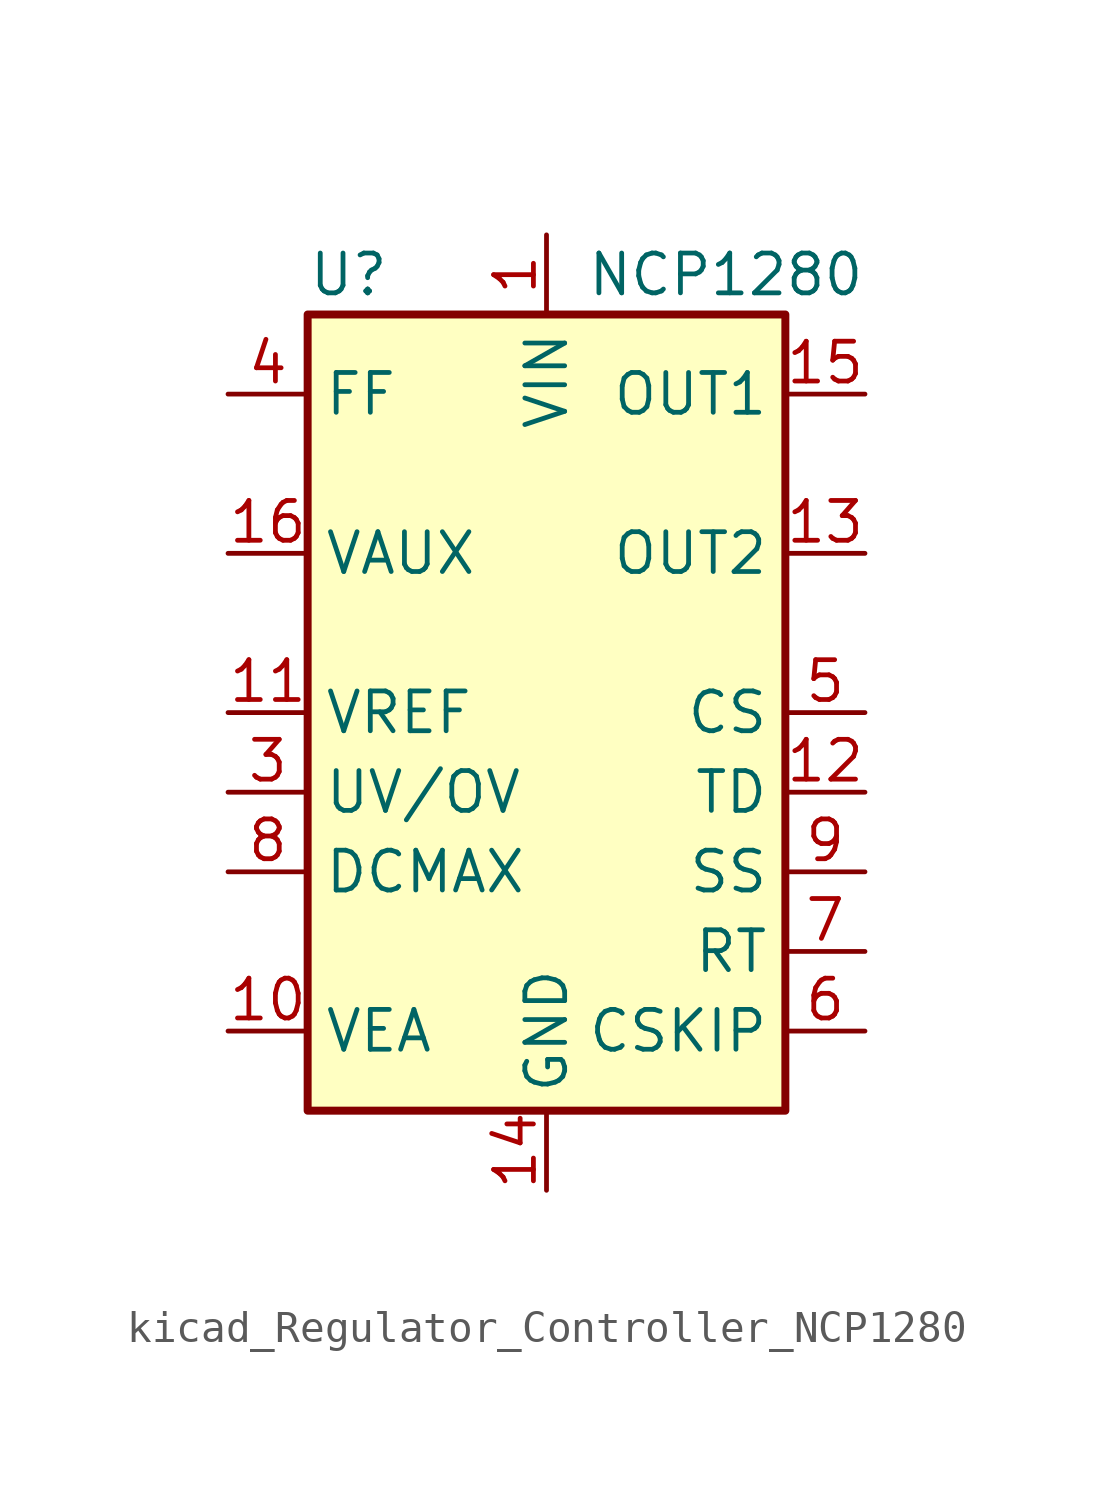
<source format=kicad_sym>
(kicad_symbol_lib
  (version 20220914)
  (generator kicad_symbol_editor)
  (symbol "kicad_Regulator_Controller_NCP1280"
    (property "Reference" "U"
      (at -7.62 13.97 0)
      (effects (font (size 1.27 1.27)) (justify left)))
    (property "Value" "NCP1280"
      (at 1.27 13.97 0)
      (effects (font (size 1.27 1.27)) (justify left)))
    (symbol "kicad_Regulator_Controller_NCP1280_0_0"
      (rectangle (start -7.62 12.7) (end 7.62 -12.7) (stroke (width 0.254) (type default)) (fill (type background))))
    (symbol "kicad_Regulator_Controller_NCP1280_1_1"
      (pin power_in line (at 0 15.24 270) (length 2.54) (name "VIN" (effects (font (size 1.27 1.27)))) (number "1" (effects (font (size 1.27 1.27)))))
      (pin input line (at -10.16 -10.16 0) (length 2.54) (name "VEA" (effects (font (size 1.27 1.27)))) (number "10" (effects (font (size 1.27 1.27)))))
      (pin output line (at -10.16 0 0) (length 2.54) (name "VREF" (effects (font (size 1.27 1.27)))) (number "11" (effects (font (size 1.27 1.27)))))
      (pin passive line (at 10.16 -2.54 180) (length 2.54) (name "TD" (effects (font (size 1.27 1.27)))) (number "12" (effects (font (size 1.27 1.27)))))
      (pin output line (at 10.16 5.08 180) (length 2.54) (name "OUT2" (effects (font (size 1.27 1.27)))) (number "13" (effects (font (size 1.27 1.27)))))
      (pin power_in line (at 0 -15.24 90) (length 2.54) (name "GND" (effects (font (size 1.27 1.27)))) (number "14" (effects (font (size 1.27 1.27)))))
      (pin output line (at 10.16 10.16 180) (length 2.54) (name "OUT1" (effects (font (size 1.27 1.27)))) (number "15" (effects (font (size 1.27 1.27)))))
      (pin power_in line (at -10.16 5.08 0) (length 2.54) (name "VAUX" (effects (font (size 1.27 1.27)))) (number "16" (effects (font (size 1.27 1.27)))))
      (pin no_connect line (at -7.62 7.62 0) (length 2.54) hide (name "NC" (effects (font (size 1.27 1.27)))) (number "2" (effects (font (size 1.27 1.27)))))
      (pin input line (at -10.16 -2.54 0) (length 2.54) (name "UV/OV" (effects (font (size 1.27 1.27)))) (number "3" (effects (font (size 1.27 1.27)))))
      (pin passive line (at -10.16 10.16 0) (length 2.54) (name "FF" (effects (font (size 1.27 1.27)))) (number "4" (effects (font (size 1.27 1.27)))))
      (pin input line (at 10.16 0 180) (length 2.54) (name "CS" (effects (font (size 1.27 1.27)))) (number "5" (effects (font (size 1.27 1.27)))))
      (pin passive line (at 10.16 -10.16 180) (length 2.54) (name "CSKIP" (effects (font (size 1.27 1.27)))) (number "6" (effects (font (size 1.27 1.27)))))
      (pin passive line (at 10.16 -7.62 180) (length 2.54) (name "RT" (effects (font (size 1.27 1.27)))) (number "7" (effects (font (size 1.27 1.27)))))
      (pin input line (at -10.16 -5.08 0) (length 2.54) (name "DCMAX" (effects (font (size 1.27 1.27)))) (number "8" (effects (font (size 1.27 1.27)))))
      (pin passive line (at 10.16 -5.08 180) (length 2.54) (name "SS" (effects (font (size 1.27 1.27)))) (number "9" (effects (font (size 1.27 1.27))))))))
</source>
